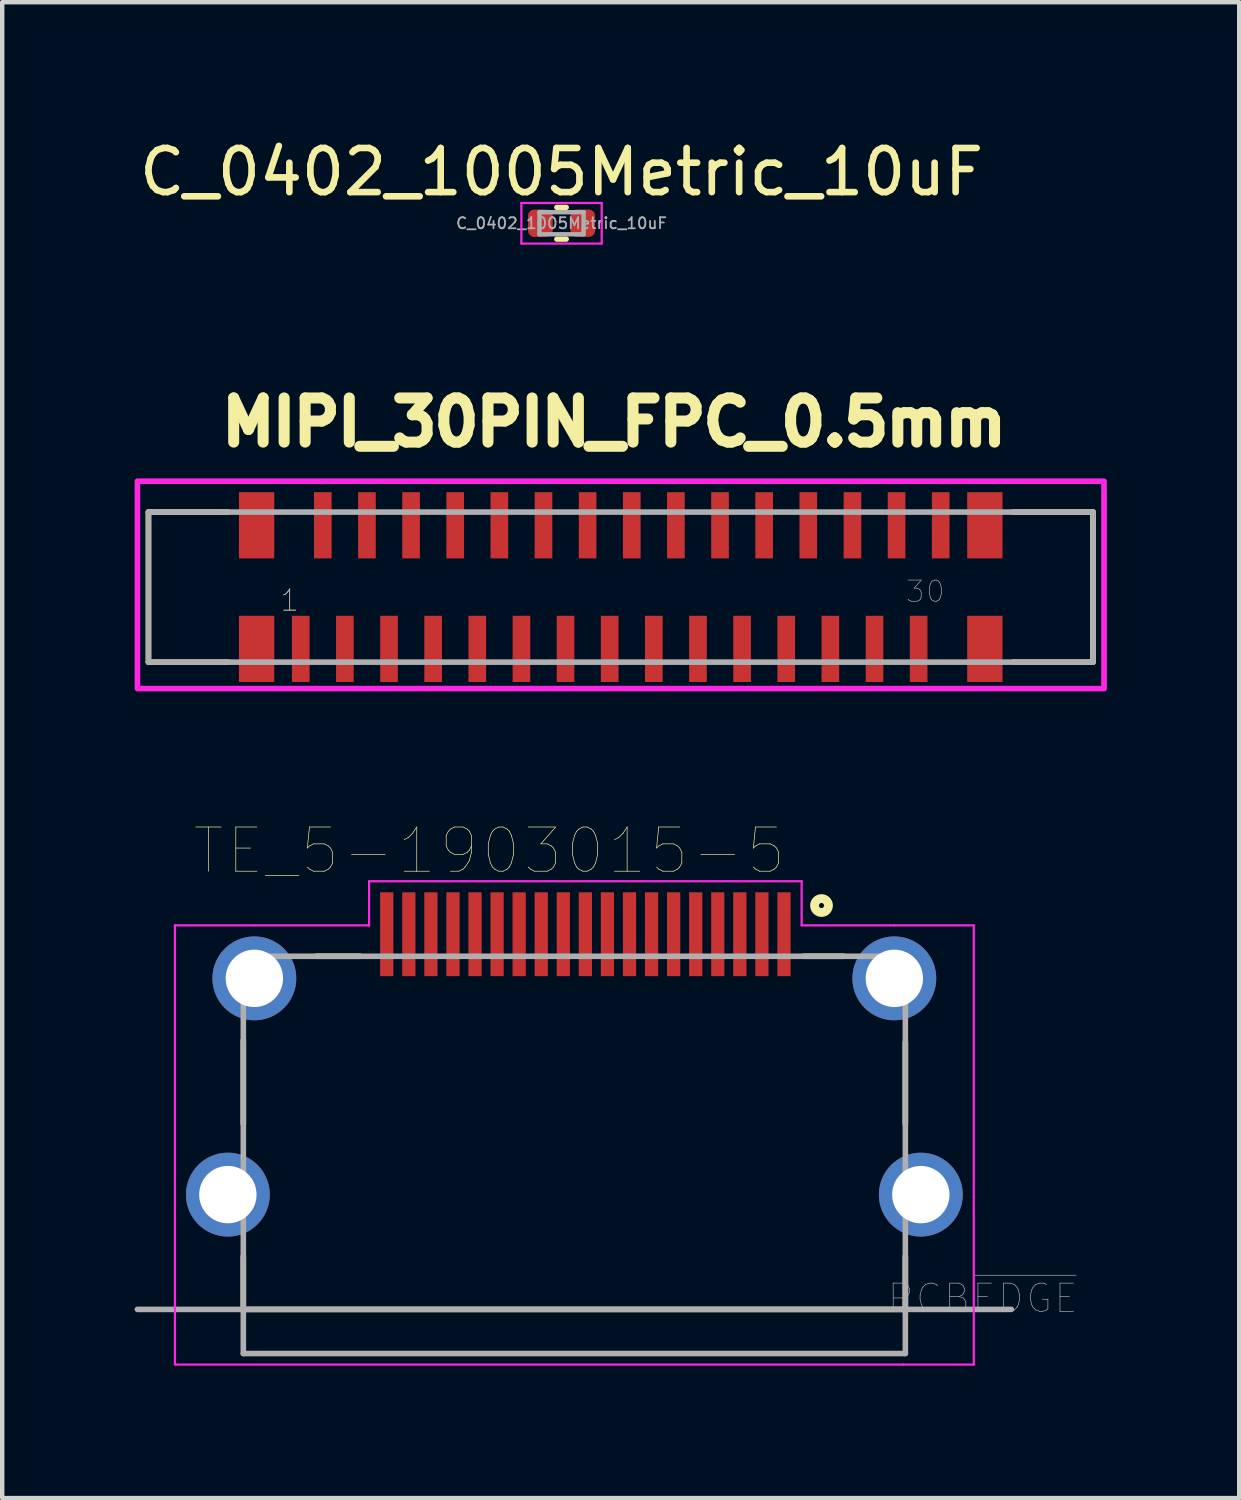
<source format=kicad_pcb>
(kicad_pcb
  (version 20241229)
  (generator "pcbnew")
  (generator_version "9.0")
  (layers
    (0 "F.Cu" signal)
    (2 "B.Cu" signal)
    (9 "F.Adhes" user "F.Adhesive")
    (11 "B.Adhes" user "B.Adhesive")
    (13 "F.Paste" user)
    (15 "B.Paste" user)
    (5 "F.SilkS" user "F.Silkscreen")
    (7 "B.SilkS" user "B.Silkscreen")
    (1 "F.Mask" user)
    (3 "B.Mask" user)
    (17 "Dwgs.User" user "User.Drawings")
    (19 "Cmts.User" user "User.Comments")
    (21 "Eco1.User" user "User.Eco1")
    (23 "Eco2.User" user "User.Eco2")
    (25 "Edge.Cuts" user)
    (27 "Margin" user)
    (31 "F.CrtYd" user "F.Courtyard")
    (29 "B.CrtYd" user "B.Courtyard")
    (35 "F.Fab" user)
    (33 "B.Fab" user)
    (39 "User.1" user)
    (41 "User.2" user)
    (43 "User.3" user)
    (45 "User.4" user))
  (footprint "MIPI_30PIN_FPC_0.5mm"
    (layer "F.Cu")
    (at 11.014 10.252)
    (property "Reference" "MIPI_30PIN_FPC_0.5mm" (at -0.15 -3.735 0) (layer "F.SilkS") (effects (font (size 1 1) (thickness 0.25))))
    (attr through_hole)
    (fp_line (start -10.7 -1.7) (end -10.7 1.7) (stroke (width 0.127) (type solid)) (layer "F.SilkS"))
    (fp_line (start -10.7 1.7) (end -8.9 1.7) (stroke (width 0.127) (type solid)) (layer "F.SilkS"))
    (fp_line (start -8.9 -1.7) (end -10.7 -1.7) (stroke (width 0.127) (type solid)) (layer "F.SilkS"))
    (fp_line (start 8.9 -1.7) (end 10.7 -1.7) (stroke (width 0.127) (type solid)) (layer "F.SilkS"))
    (fp_line (start 10.7 -1.7) (end 10.7 1.7) (stroke (width 0.127) (type solid)) (layer "F.SilkS"))
    (fp_line (start 10.7 1.7) (end 8.9 1.7) (stroke (width 0.127) (type solid)) (layer "F.SilkS"))
    (fp_poly (pts (xy -10.95 -2.4) (xy 10.95 -2.4) (xy 10.95 2.3) (xy -10.95 2.3)) (stroke (width 0.127) (type solid)) (fill no) (layer "F.CrtYd"))
    (fp_line (start -10.7 -1.7) (end -10.7 1.7) (stroke (width 0.127) (type solid)) (layer "F.Fab"))
    (fp_line (start -10.7 1.7) (end 10.7 1.7) (stroke (width 0.127) (type solid)) (layer "F.Fab"))
    (fp_line (start 10.7 -1.7) (end -10.7 -1.7) (stroke (width 0.127) (type solid)) (layer "F.Fab"))
    (fp_line (start 10.7 1.7) (end 10.7 -1.7) (stroke (width 0.127) (type solid)) (layer "F.Fab"))
    (fp_text user "1" (at -7.5 0.3 0) (layer "F.SilkS") (effects (font (size 0.48 0.48) (thickness 0.015))))
    (fp_text user "1" (at -7.5 0.3 0) (layer "F.Fab") (effects (font (size 0.48 0.48) (thickness 0.015))))
    (fp_text user "30" (at 6.9 0.1 0) (layer "F.Fab") (effects (font (size 0.48 0.48) (thickness 0.015))))
    (pad "1" smd rect (at -7.25 1.4) (size 0.4 1.5) (layers "F.Cu" "F.Mask" "F.Paste"))
    (pad "2" smd rect (at -6.75 -1.4) (size 0.4 1.5) (layers "F.Cu" "F.Mask" "F.Paste"))
    (pad "3" smd rect (at -6.25 1.4) (size 0.4 1.5) (layers "F.Cu" "F.Mask" "F.Paste"))
    (pad "4" smd rect (at -5.75 -1.4) (size 0.4 1.5) (layers "F.Cu" "F.Mask" "F.Paste"))
    (pad "5" smd rect (at -5.25 1.4) (size 0.4 1.5) (layers "F.Cu" "F.Mask" "F.Paste"))
    (pad "6" smd rect (at -4.75 -1.4) (size 0.4 1.5) (layers "F.Cu" "F.Mask" "F.Paste"))
    (pad "7" smd rect (at -4.25 1.4) (size 0.4 1.5) (layers "F.Cu" "F.Mask" "F.Paste"))
    (pad "8" smd rect (at -3.75 -1.4) (size 0.4 1.5) (layers "F.Cu" "F.Mask" "F.Paste"))
    (pad "9" smd rect (at -3.25 1.4) (size 0.4 1.5) (layers "F.Cu" "F.Mask" "F.Paste"))
    (pad "10" smd rect (at -2.75 -1.4) (size 0.4 1.5) (layers "F.Cu" "F.Mask" "F.Paste"))
    (pad "11" smd rect (at -2.25 1.4) (size 0.4 1.5) (layers "F.Cu" "F.Mask" "F.Paste"))
    (pad "12" smd rect (at -1.75 -1.4) (size 0.4 1.5) (layers "F.Cu" "F.Mask" "F.Paste"))
    (pad "13" smd rect (at -1.25 1.4) (size 0.4 1.5) (layers "F.Cu" "F.Mask" "F.Paste"))
    (pad "14" smd rect (at -0.75 -1.4) (size 0.4 1.5) (layers "F.Cu" "F.Mask" "F.Paste"))
    (pad "15" smd rect (at -0.25 1.4) (size 0.4 1.5) (layers "F.Cu" "F.Mask" "F.Paste"))
    (pad "16" smd rect (at 0.25 -1.4) (size 0.4 1.5) (layers "F.Cu" "F.Mask" "F.Paste"))
    (pad "17" smd rect (at 0.75 1.4) (size 0.4 1.5) (layers "F.Cu" "F.Mask" "F.Paste"))
    (pad "18" smd rect (at 1.25 -1.4) (size 0.4 1.5) (layers "F.Cu" "F.Mask" "F.Paste"))
    (pad "19" smd rect (at 1.75 1.4) (size 0.4 1.5) (layers "F.Cu" "F.Mask" "F.Paste"))
    (pad "20" smd rect (at 2.25 -1.4) (size 0.4 1.5) (layers "F.Cu" "F.Mask" "F.Paste"))
    (pad "21" smd rect (at 2.75 1.4) (size 0.4 1.5) (layers "F.Cu" "F.Mask" "F.Paste"))
    (pad "22" smd rect (at 3.25 -1.4) (size 0.4 1.5) (layers "F.Cu" "F.Mask" "F.Paste"))
    (pad "23" smd rect (at 3.75 1.4) (size 0.4 1.5) (layers "F.Cu" "F.Mask" "F.Paste"))
    (pad "24" smd rect (at 4.25 -1.4) (size 0.4 1.5) (layers "F.Cu" "F.Mask" "F.Paste"))
    (pad "25" smd rect (at 4.75 1.4) (size 0.4 1.5) (layers "F.Cu" "F.Mask" "F.Paste"))
    (pad "26" smd rect (at 5.25 -1.4) (size 0.4 1.5) (layers "F.Cu" "F.Mask" "F.Paste"))
    (pad "27" smd rect (at 5.75 1.4) (size 0.4 1.5) (layers "F.Cu" "F.Mask" "F.Paste"))
    (pad "28" smd rect (at 6.25 -1.4) (size 0.4 1.5) (layers "F.Cu" "F.Mask" "F.Paste"))
    (pad "29" smd rect (at 6.75 1.4) (size 0.4 1.5) (layers "F.Cu" "F.Mask" "F.Paste"))
    (pad "30" smd rect (at 7.25 -1.4) (size 0.4 1.5) (layers "F.Cu" "F.Mask" "F.Paste"))
    (pad "Z1" smd rect (at -8.25 -1.4) (size 0.8 1.5) (layers "F.Cu" "F.Mask" "F.Paste"))
    (pad "Z2" smd rect (at -8.25 1.4) (size 0.8 1.5) (layers "F.Cu" "F.Mask" "F.Paste"))
    (pad "Z3" smd rect (at 8.25 1.4) (size 0.8 1.5) (layers "F.Cu" "F.Mask" "F.Paste"))
    (pad "Z4" smd rect (at 8.25 -1.4) (size 0.8 1.5) (layers "F.Cu" "F.Mask" "F.Paste")))
  (footprint "TE_5-1903015-5"
    (layer "F.Cu")
    (at 9.963 23.117)
    (property "Reference" "TE_5-1903015-5" (at -1.926 -6.89 0) (layer "F.SilkS") (effects (font (size 1.001 1.001) (thickness 0.015))))
    (attr through_hole)
    (fp_line (start -7.5 -2.6) (end -7.5 -0.7) (stroke (width 0.127) (type solid)) (layer "F.SilkS"))
    (fp_line (start -7.5 3.5) (end -7.5 2.3) (stroke (width 0.127) (type solid)) (layer "F.SilkS"))
    (fp_line (start -7.5 3.5) (end 7.5 3.5) (stroke (width 0.127) (type solid)) (layer "F.SilkS"))
    (fp_line (start -5.85 -4.5) (end -4.85 -4.5) (stroke (width 0.127) (type solid)) (layer "F.SilkS"))
    (fp_line (start 5.2 -4.5) (end 6.1 -4.5) (stroke (width 0.127) (type solid)) (layer "F.SilkS"))
    (fp_line (start 7.5 -0.7) (end 7.5 -2.55) (stroke (width 0.127) (type solid)) (layer "F.SilkS"))
    (fp_line (start 7.5 3.5) (end 7.5 2.3) (stroke (width 0.127) (type solid)) (layer "F.SilkS"))
    (fp_circle (center 5.6 -5.65) (end 5.758 -5.65) (stroke (width 0.2) (type solid)) (fill no) (layer "F.SilkS"))
    (fp_line (start -9.05 -5.2) (end -7.25 -5.2) (stroke (width 0.05) (type solid)) (layer "F.CrtYd"))
    (fp_line (start -9.05 0.85) (end -9.05 -5.2) (stroke (width 0.05) (type solid)) (layer "F.CrtYd"))
    (fp_line (start -9.05 4.75) (end -9.05 0.85) (stroke (width 0.05) (type solid)) (layer "F.CrtYd"))
    (fp_line (start -7.25 -5.2) (end -4.65 -5.2) (stroke (width 0.05) (type solid)) (layer "F.CrtYd"))
    (fp_line (start -4.65 -6.2) (end 5.15 -6.2) (stroke (width 0.05) (type solid)) (layer "F.CrtYd"))
    (fp_line (start -4.65 -5.2) (end -4.65 -6.2) (stroke (width 0.05) (type solid)) (layer "F.CrtYd"))
    (fp_line (start 5.15 -6.2) (end 5.15 -5.2) (stroke (width 0.05) (type solid)) (layer "F.CrtYd"))
    (fp_line (start 5.15 -5.2) (end 7.25 -5.2) (stroke (width 0.05) (type solid)) (layer "F.CrtYd"))
    (fp_line (start 7.25 -5.2) (end 9.05 -5.2) (stroke (width 0.05) (type solid)) (layer "F.CrtYd"))
    (fp_line (start 7.45 4.75) (end -9.05 4.75) (stroke (width 0.05) (type solid)) (layer "F.CrtYd"))
    (fp_line (start 9.05 -5.2) (end 9.05 0.95) (stroke (width 0.05) (type solid)) (layer "F.CrtYd"))
    (fp_line (start 9.05 0.95) (end 9.05 4.75) (stroke (width 0.05) (type solid)) (layer "F.CrtYd"))
    (fp_line (start 9.05 4.75) (end 7.45 4.75) (stroke (width 0.05) (type solid)) (layer "F.CrtYd"))
    (fp_line (start -9.9 3.5) (end 9.9 3.5) (stroke (width 0.127) (type solid)) (layer "F.Fab"))
    (fp_line (start -7.5 -4.5) (end 7.5 -4.5) (stroke (width 0.127) (type solid)) (layer "F.Fab"))
    (fp_line (start -7.5 4.5) (end -7.5 -4.5) (stroke (width 0.127) (type solid)) (layer "F.Fab"))
    (fp_line (start -7.5 4.5) (end 7.5 4.5) (stroke (width 0.127) (type solid)) (layer "F.Fab"))
    (fp_line (start 7.5 -4.5) (end 7.5 4.5) (stroke (width 0.127) (type solid)) (layer "F.Fab"))
    (fp_text user "PCB~{EDGE}" (at 9.251 3.25 0) (layer "F.Fab") (effects (font (size 0.64 0.64) (thickness 0.015))))
    (pad "1" smd rect (at 4.75 -5) (size 0.3 1.9) (layers "F.Cu" "F.Mask" "F.Paste"))
    (pad "2" smd rect (at 4.25 -5) (size 0.3 1.9) (layers "F.Cu" "F.Mask" "F.Paste"))
    (pad "3" smd rect (at 3.75 -5) (size 0.3 1.9) (layers "F.Cu" "F.Mask" "F.Paste"))
    (pad "4" smd rect (at 3.25 -5) (size 0.3 1.9) (layers "F.Cu" "F.Mask" "F.Paste"))
    (pad "5" smd rect (at 2.75 -5) (size 0.3 1.9) (layers "F.Cu" "F.Mask" "F.Paste"))
    (pad "6" smd rect (at 2.25 -5) (size 0.3 1.9) (layers "F.Cu" "F.Mask" "F.Paste"))
    (pad "7" smd rect (at 1.75 -5) (size 0.3 1.9) (layers "F.Cu" "F.Mask" "F.Paste"))
    (pad "8" smd rect (at 1.25 -5) (size 0.3 1.9) (layers "F.Cu" "F.Mask" "F.Paste"))
    (pad "9" smd rect (at 0.75 -5) (size 0.3 1.9) (layers "F.Cu" "F.Mask" "F.Paste"))
    (pad "10" smd rect (at 0.25 -5) (size 0.3 1.9) (layers "F.Cu" "F.Mask" "F.Paste"))
    (pad "11" smd rect (at -0.25 -5) (size 0.3 1.9) (layers "F.Cu" "F.Mask" "F.Paste"))
    (pad "12" smd rect (at -0.75 -5) (size 0.3 1.9) (layers "F.Cu" "F.Mask" "F.Paste"))
    (pad "13" smd rect (at -1.25 -5) (size 0.3 1.9) (layers "F.Cu" "F.Mask" "F.Paste"))
    (pad "14" smd rect (at -1.75 -5) (size 0.3 1.9) (layers "F.Cu" "F.Mask" "F.Paste"))
    (pad "15" smd rect (at -2.25 -5) (size 0.3 1.9) (layers "F.Cu" "F.Mask" "F.Paste"))
    (pad "16" smd rect (at -2.75 -5) (size 0.3 1.9) (layers "F.Cu" "F.Mask" "F.Paste"))
    (pad "17" smd rect (at -3.25 -5) (size 0.3 1.9) (layers "F.Cu" "F.Mask" "F.Paste"))
    (pad "18" smd rect (at -3.75 -5) (size 0.3 1.9) (layers "F.Cu" "F.Mask" "F.Paste"))
    (pad "19" smd rect (at -4.25 -5) (size 0.3 1.9) (layers "F.Cu" "F.Mask" "F.Paste"))
    (pad "S1" thru_hole circle (at 7.25 -4) (size 1.9 1.9) (drill 1.3) (layers "*.Cu" "*.Mask"))
    (pad "S2" thru_hole circle (at -7.25 -4) (size 1.9 1.9) (drill 1.3) (layers "*.Cu" "*.Mask"))
    (pad "S3" thru_hole circle (at -7.85 0.9) (size 1.9 1.9) (drill 1.3) (layers "*.Cu" "*.Mask"))
    (pad "S4" thru_hole circle (at 7.85 0.9) (size 1.9 1.9) (drill 1.3) (layers "*.Cu" "*.Mask")))
  (footprint "C_0402_1005Metric_10uF"
    (layer "F.Cu")
    (at 9.673 2.008)
    (property "Reference" "C_0402_1005Metric_10uF" (at 0 -1.16 0) (layer "F.SilkS") (effects (font (size 1 1) (thickness 0.15))))
    (attr smd)
    (fp_line (start -0.108 -0.36) (end 0.108 -0.36) (stroke (width 0.12) (type solid)) (layer "F.SilkS"))
    (fp_line (start -0.108 0.36) (end 0.108 0.36) (stroke (width 0.12) (type solid)) (layer "F.SilkS"))
    (fp_line (start -0.91 -0.46) (end 0.91 -0.46) (stroke (width 0.05) (type solid)) (layer "F.CrtYd"))
    (fp_line (start -0.91 0.46) (end -0.91 -0.46) (stroke (width 0.05) (type solid)) (layer "F.CrtYd"))
    (fp_line (start 0.91 -0.46) (end 0.91 0.46) (stroke (width 0.05) (type solid)) (layer "F.CrtYd"))
    (fp_line (start 0.91 0.46) (end -0.91 0.46) (stroke (width 0.05) (type solid)) (layer "F.CrtYd"))
    (fp_line (start -0.5 -0.25) (end 0.5 -0.25) (stroke (width 0.1) (type solid)) (layer "F.Fab"))
    (fp_line (start -0.5 0.25) (end -0.5 -0.25) (stroke (width 0.1) (type solid)) (layer "F.Fab"))
    (fp_line (start 0.5 -0.25) (end 0.5 0.25) (stroke (width 0.1) (type solid)) (layer "F.Fab"))
    (fp_line (start 0.5 0.25) (end -0.5 0.25) (stroke (width 0.1) (type solid)) (layer "F.Fab"))
    (fp_text user "${REFERENCE}" (at 0 0 0) (layer "F.Fab") (effects (font (size 0.25 0.25) (thickness 0.04))))
    (pad "1" smd roundrect (at -0.48 0) (size 0.56 0.62) (layers "F.Cu" "F.Mask" "F.Paste") (roundrect_rratio 0.25))
    (pad "2" smd roundrect (at 0.48 0) (size 0.56 0.62) (layers "F.Cu" "F.Mask" "F.Paste") (roundrect_rratio 0.25)))
  (gr_rect
    (start -3 -3)
    (end 25.027 30.892)
    (stroke (width 0.1) (type default))
    (fill no)
    (layer "Edge.Cuts")))
</source>
